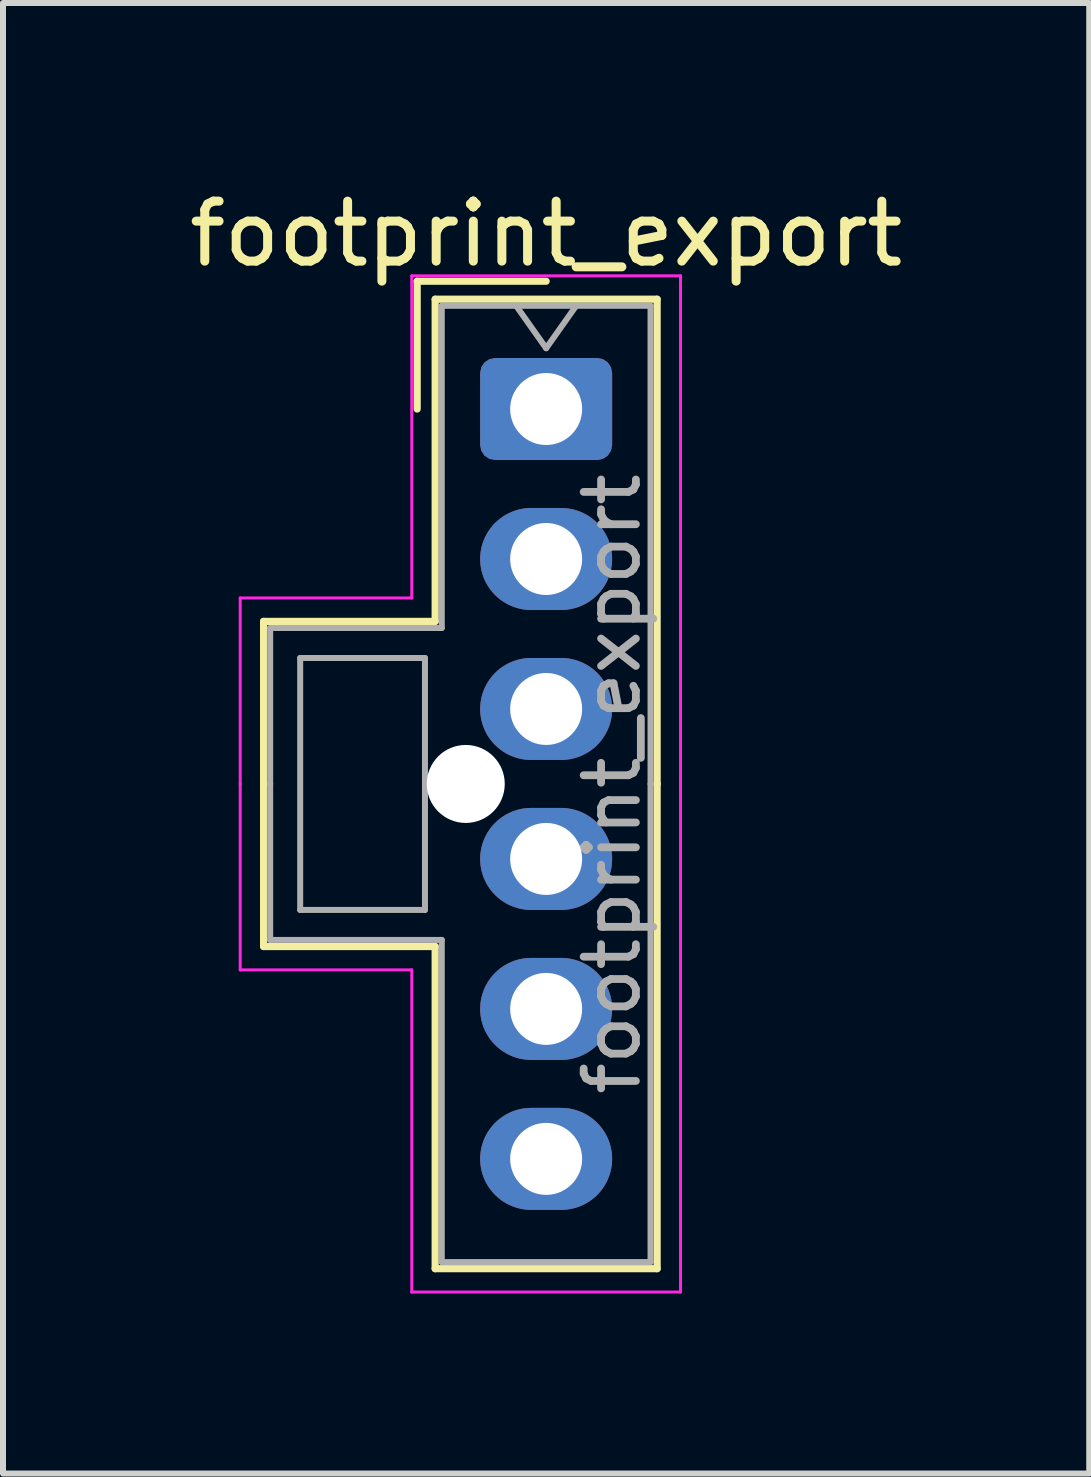
<source format=kicad_pcb>
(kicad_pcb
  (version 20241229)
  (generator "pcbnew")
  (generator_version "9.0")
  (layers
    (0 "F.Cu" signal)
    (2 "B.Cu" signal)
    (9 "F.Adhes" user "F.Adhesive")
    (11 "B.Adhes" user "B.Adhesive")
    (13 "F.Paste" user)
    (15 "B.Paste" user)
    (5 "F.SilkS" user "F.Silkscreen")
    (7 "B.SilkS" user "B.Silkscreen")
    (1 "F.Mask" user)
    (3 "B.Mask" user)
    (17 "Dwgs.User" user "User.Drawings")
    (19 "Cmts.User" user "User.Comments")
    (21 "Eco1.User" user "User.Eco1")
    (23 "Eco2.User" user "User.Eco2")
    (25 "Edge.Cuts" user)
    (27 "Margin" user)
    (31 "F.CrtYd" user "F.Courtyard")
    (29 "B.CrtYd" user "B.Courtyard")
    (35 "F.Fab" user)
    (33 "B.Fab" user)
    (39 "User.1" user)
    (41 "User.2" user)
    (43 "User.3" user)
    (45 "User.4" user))
  (footprint "footprint_export"
    (layer "F.Cu")
    (at 6.054 3.768)
    (property "Reference" "footprint_export" (at 0 -2.92 0) (layer "F.SilkS") (effects (font (size 1 1) (thickness 0.15))))
    (attr through_hole)
    (fp_line (start -4.71 3.54) (end -4.71 6.25) (stroke (width 0.12) (type solid)) (layer "F.SilkS"))
    (fp_line (start -4.71 8.96) (end -4.71 6.25) (stroke (width 0.12) (type solid)) (layer "F.SilkS"))
    (fp_line (start -2.15 -2.13) (end -2.15 0) (stroke (width 0.12) (type solid)) (layer "F.SilkS"))
    (fp_line (start -1.85 -1.83) (end -1.85 3.54) (stroke (width 0.12) (type solid)) (layer "F.SilkS"))
    (fp_line (start -1.85 3.54) (end -4.71 3.54) (stroke (width 0.12) (type solid)) (layer "F.SilkS"))
    (fp_line (start -1.85 8.96) (end -4.71 8.96) (stroke (width 0.12) (type solid)) (layer "F.SilkS"))
    (fp_line (start -1.85 14.33) (end -1.85 8.96) (stroke (width 0.12) (type solid)) (layer "F.SilkS"))
    (fp_line (start 0 -2.13) (end -2.15 -2.13) (stroke (width 0.12) (type solid)) (layer "F.SilkS"))
    (fp_line (start 1.85 -1.83) (end -1.85 -1.83) (stroke (width 0.12) (type solid)) (layer "F.SilkS"))
    (fp_line (start 1.85 6.25) (end 1.85 -1.83) (stroke (width 0.12) (type solid)) (layer "F.SilkS"))
    (fp_line (start 1.85 6.25) (end 1.85 14.33) (stroke (width 0.12) (type solid)) (layer "F.SilkS"))
    (fp_line (start 1.85 14.33) (end -1.85 14.33) (stroke (width 0.12) (type solid)) (layer "F.SilkS"))
    (fp_line (start -5.1 3.15) (end -5.1 6.25) (stroke (width 0.05) (type solid)) (layer "F.CrtYd"))
    (fp_line (start -5.1 9.35) (end -5.1 6.25) (stroke (width 0.05) (type solid)) (layer "F.CrtYd"))
    (fp_line (start -2.24 -2.22) (end -2.24 3.15) (stroke (width 0.05) (type solid)) (layer "F.CrtYd"))
    (fp_line (start -2.24 3.15) (end -5.1 3.15) (stroke (width 0.05) (type solid)) (layer "F.CrtYd"))
    (fp_line (start -2.24 9.35) (end -5.1 9.35) (stroke (width 0.05) (type solid)) (layer "F.CrtYd"))
    (fp_line (start -2.24 14.72) (end -2.24 9.35) (stroke (width 0.05) (type solid)) (layer "F.CrtYd"))
    (fp_line (start 2.24 -2.22) (end -2.24 -2.22) (stroke (width 0.05) (type solid)) (layer "F.CrtYd"))
    (fp_line (start 2.24 6.25) (end 2.24 -2.22) (stroke (width 0.05) (type solid)) (layer "F.CrtYd"))
    (fp_line (start 2.24 6.25) (end 2.24 14.72) (stroke (width 0.05) (type solid)) (layer "F.CrtYd"))
    (fp_line (start 2.24 14.72) (end -2.24 14.72) (stroke (width 0.05) (type solid)) (layer "F.CrtYd"))
    (fp_line (start -4.6 3.65) (end -4.6 6.25) (stroke (width 0.1) (type solid)) (layer "F.Fab"))
    (fp_line (start -4.6 8.85) (end -4.6 6.25) (stroke (width 0.1) (type solid)) (layer "F.Fab"))
    (fp_line (start -4.1 4.15) (end -4.1 8.35) (stroke (width 0.1) (type solid)) (layer "F.Fab"))
    (fp_line (start -4.1 8.35) (end -2.02 8.35) (stroke (width 0.1) (type solid)) (layer "F.Fab"))
    (fp_line (start -2.02 4.15) (end -4.1 4.15) (stroke (width 0.1) (type solid)) (layer "F.Fab"))
    (fp_line (start -2.02 8.35) (end -2.02 4.15) (stroke (width 0.1) (type solid)) (layer "F.Fab"))
    (fp_line (start -1.74 -1.72) (end -1.74 3.65) (stroke (width 0.1) (type solid)) (layer "F.Fab"))
    (fp_line (start -1.74 3.65) (end -4.6 3.65) (stroke (width 0.1) (type solid)) (layer "F.Fab"))
    (fp_line (start -1.74 8.85) (end -4.6 8.85) (stroke (width 0.1) (type solid)) (layer "F.Fab"))
    (fp_line (start -1.74 14.22) (end -1.74 8.85) (stroke (width 0.1) (type solid)) (layer "F.Fab"))
    (fp_line (start -0.5 -1.72) (end 0 -1.013) (stroke (width 0.1) (type solid)) (layer "F.Fab"))
    (fp_line (start 0 -1.013) (end 0.5 -1.72) (stroke (width 0.1) (type solid)) (layer "F.Fab"))
    (fp_line (start 1.74 -1.72) (end -1.74 -1.72) (stroke (width 0.1) (type solid)) (layer "F.Fab"))
    (fp_line (start 1.74 6.25) (end 1.74 -1.72) (stroke (width 0.1) (type solid)) (layer "F.Fab"))
    (fp_line (start 1.74 6.25) (end 1.74 14.22) (stroke (width 0.1) (type solid)) (layer "F.Fab"))
    (fp_line (start 1.74 14.22) (end -1.74 14.22) (stroke (width 0.1) (type solid)) (layer "F.Fab"))
    (fp_text user "${REFERENCE}" (at 1.1 6.25 90) (layer "F.Fab") (effects (font (size 0.87 0.87) (thickness 0.13))))
    (pad "" np_thru_hole circle (at -1.34 6.25) (size 1.3 1.3) (drill 1.3) (layers "*.Cu" "*.Mask"))
    (pad "1" thru_hole roundrect (at 0 0) (size 2.2 1.7) (drill 1.2) (layers "*.Cu" "*.Mask") (roundrect_rratio 0.147))
    (pad "2" thru_hole oval (at 0 2.5) (size 2.2 1.7) (drill 1.2) (layers "*.Cu" "*.Mask"))
    (pad "3" thru_hole oval (at 0 5) (size 2.2 1.7) (drill 1.2) (layers "*.Cu" "*.Mask"))
    (pad "4" thru_hole oval (at 0 7.5) (size 2.2 1.7) (drill 1.2) (layers "*.Cu" "*.Mask"))
    (pad "5" thru_hole oval (at 0 10) (size 2.2 1.7) (drill 1.2) (layers "*.Cu" "*.Mask"))
    (pad "6" thru_hole oval (at 0 12.5) (size 2.2 1.7) (drill 1.2) (layers "*.Cu" "*.Mask")))
  (gr_rect
    (start -3 -3)
    (end 15.107 21.513)
    (stroke (width 0.1) (type default))
    (fill no)
    (layer "Edge.Cuts")))
</source>
